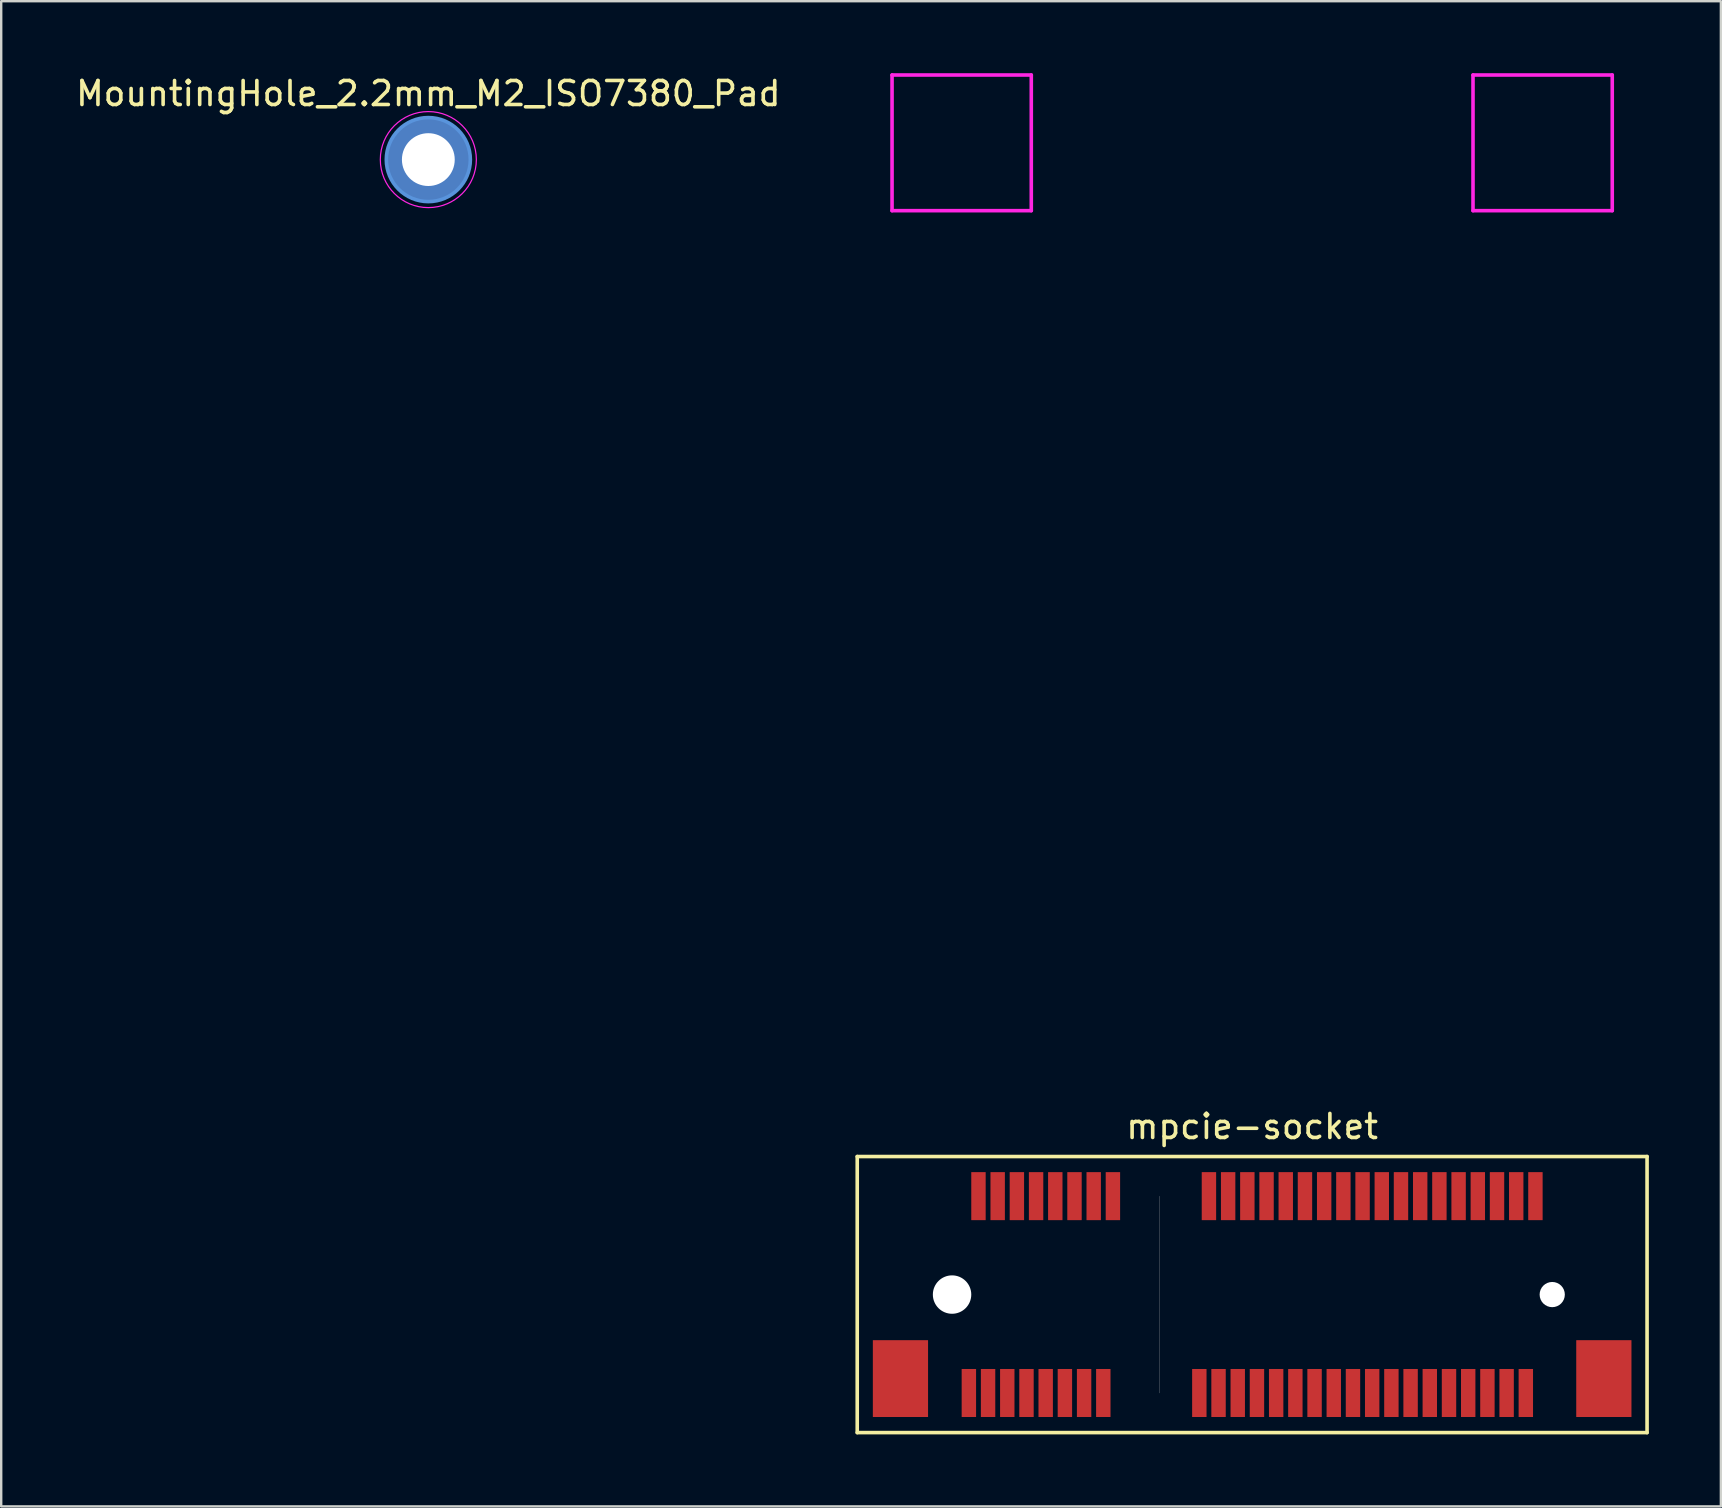
<source format=kicad_pcb>
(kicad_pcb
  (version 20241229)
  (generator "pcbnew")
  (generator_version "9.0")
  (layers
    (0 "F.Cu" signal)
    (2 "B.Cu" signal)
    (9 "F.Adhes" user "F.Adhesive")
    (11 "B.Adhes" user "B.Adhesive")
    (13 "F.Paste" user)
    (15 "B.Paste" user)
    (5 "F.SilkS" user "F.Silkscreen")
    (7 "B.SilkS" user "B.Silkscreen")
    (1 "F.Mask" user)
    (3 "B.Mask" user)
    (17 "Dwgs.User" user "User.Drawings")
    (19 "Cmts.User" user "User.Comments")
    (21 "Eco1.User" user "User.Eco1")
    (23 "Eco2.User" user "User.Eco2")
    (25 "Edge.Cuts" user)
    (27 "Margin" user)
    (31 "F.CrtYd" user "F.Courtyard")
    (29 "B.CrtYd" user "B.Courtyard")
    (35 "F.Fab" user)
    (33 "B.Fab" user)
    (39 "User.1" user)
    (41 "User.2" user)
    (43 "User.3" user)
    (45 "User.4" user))
  (footprint "mpcie-socket"
    (layer "F.Cu")
    (at 36.608 50.875)
    (property "Reference" "mpcie-socket" (at 12.5 -7 0) (layer "F.SilkS") (effects (font (size 1 1) (thickness 0.15))))
    (attr smd)
    (fp_line (start -3.95 -5.75) (end -3.95 5.75) (stroke (width 0.15) (type solid)) (layer "F.SilkS"))
    (fp_line (start -3.95 5.75) (end 28.95 5.75) (stroke (width 0.15) (type solid)) (layer "F.SilkS"))
    (fp_line (start 28.95 -5.75) (end -3.95 -5.75) (stroke (width 0.15) (type solid)) (layer "F.SilkS"))
    (fp_line (start 28.95 5.75) (end 28.95 -5.75) (stroke (width 0.15) (type solid)) (layer "F.SilkS"))
    (fp_line (start 8.65 4.1) (end 8.65 -4.1) (stroke (width 0.01) (type solid)) (layer "Dwgs.User"))
    (fp_line (start -2.5 -50.8) (end -2.5 -45.15) (stroke (width 0.15) (type solid)) (layer "F.CrtYd"))
    (fp_line (start -2.5 -50.8) (end 3.3 -50.8) (stroke (width 0.15) (type solid)) (layer "F.CrtYd"))
    (fp_line (start -2.5 -45.15) (end 3.3 -45.15) (stroke (width 0.15) (type solid)) (layer "F.CrtYd"))
    (fp_line (start 3.3 -50.8) (end 3.3 -45.15) (stroke (width 0.15) (type solid)) (layer "F.CrtYd"))
    (fp_line (start 21.7 -50.8) (end 21.7 -45.15) (stroke (width 0.15) (type solid)) (layer "F.CrtYd"))
    (fp_line (start 21.7 -50.8) (end 27.5 -50.8) (stroke (width 0.15) (type solid)) (layer "F.CrtYd"))
    (fp_line (start 21.7 -45.15) (end 27.5 -45.15) (stroke (width 0.15) (type solid)) (layer "F.CrtYd"))
    (fp_line (start 27.5 -50.8) (end 27.5 -45.15) (stroke (width 0.15) (type solid)) (layer "F.CrtYd"))
    (pad "" smd rect (at -2.15 3.5) (size 2.3 3.2) (layers "F.Cu" "F.Mask" "F.Paste"))
    (pad "" np_thru_hole circle (at 0 0) (size 1.6 1.6) (drill 1.6) (layers "*.Cu" "*.Mask"))
    (pad "" np_thru_hole circle (at 25 0) (size 1.05 1.05) (drill 1.05) (layers "*.Cu" "*.Mask"))
    (pad "" smd rect (at 27.15 3.5) (size 2.3 3.2) (layers "F.Cu" "F.Mask" "F.Paste"))
    (pad "1" smd rect (at 0.7 4.1) (size 0.6 2) (layers "F.Cu" "F.Mask" "F.Paste"))
    (pad "2" smd rect (at 1.1 -4.1) (size 0.6 2) (layers "F.Cu" "F.Mask" "F.Paste"))
    (pad "3" smd rect (at 1.5 4.1) (size 0.6 2) (layers "F.Cu" "F.Mask" "F.Paste"))
    (pad "4" smd rect (at 1.9 -4.1) (size 0.6 2) (layers "F.Cu" "F.Mask" "F.Paste"))
    (pad "5" smd rect (at 2.3 4.1) (size 0.6 2) (layers "F.Cu" "F.Mask" "F.Paste"))
    (pad "6" smd rect (at 2.7 -4.1) (size 0.6 2) (layers "F.Cu" "F.Mask" "F.Paste"))
    (pad "7" smd rect (at 3.1 4.1) (size 0.6 2) (layers "F.Cu" "F.Mask" "F.Paste"))
    (pad "8" smd rect (at 3.5 -4.1) (size 0.6 2) (layers "F.Cu" "F.Mask" "F.Paste"))
    (pad "9" smd rect (at 3.9 4.1) (size 0.6 2) (layers "F.Cu" "F.Mask" "F.Paste"))
    (pad "10" smd rect (at 4.3 -4.1) (size 0.6 2) (layers "F.Cu" "F.Mask" "F.Paste"))
    (pad "11" smd rect (at 4.7 4.1) (size 0.6 2) (layers "F.Cu" "F.Mask" "F.Paste"))
    (pad "12" smd rect (at 5.1 -4.1) (size 0.6 2) (layers "F.Cu" "F.Mask" "F.Paste"))
    (pad "13" smd rect (at 5.5 4.1) (size 0.6 2) (layers "F.Cu" "F.Mask" "F.Paste"))
    (pad "14" smd rect (at 5.9 -4.1) (size 0.6 2) (layers "F.Cu" "F.Mask" "F.Paste"))
    (pad "15" smd rect (at 6.3 4.1) (size 0.6 2) (layers "F.Cu" "F.Mask" "F.Paste"))
    (pad "16" smd rect (at 6.7 -4.1) (size 0.6 2) (layers "F.Cu" "F.Mask" "F.Paste"))
    (pad "17" smd rect (at 10.3 4.1) (size 0.6 2) (layers "F.Cu" "F.Mask" "F.Paste"))
    (pad "18" smd rect (at 10.7 -4.1) (size 0.6 2) (layers "F.Cu" "F.Mask" "F.Paste"))
    (pad "19" smd rect (at 11.1 4.1) (size 0.6 2) (layers "F.Cu" "F.Mask" "F.Paste"))
    (pad "20" smd rect (at 11.5 -4.1) (size 0.6 2) (layers "F.Cu" "F.Mask" "F.Paste"))
    (pad "21" smd rect (at 11.9 4.1) (size 0.6 2) (layers "F.Cu" "F.Mask" "F.Paste"))
    (pad "22" smd rect (at 12.3 -4.1) (size 0.6 2) (layers "F.Cu" "F.Mask" "F.Paste"))
    (pad "23" smd rect (at 12.7 4.1) (size 0.6 2) (layers "F.Cu" "F.Mask" "F.Paste"))
    (pad "24" smd rect (at 13.1 -4.1) (size 0.6 2) (layers "F.Cu" "F.Mask" "F.Paste"))
    (pad "25" smd rect (at 13.5 4.1) (size 0.6 2) (layers "F.Cu" "F.Mask" "F.Paste"))
    (pad "26" smd rect (at 13.9 -4.1) (size 0.6 2) (layers "F.Cu" "F.Mask" "F.Paste"))
    (pad "27" smd rect (at 14.3 4.1) (size 0.6 2) (layers "F.Cu" "F.Mask" "F.Paste"))
    (pad "28" smd rect (at 14.7 -4.1) (size 0.6 2) (layers "F.Cu" "F.Mask" "F.Paste"))
    (pad "29" smd rect (at 15.1 4.1) (size 0.6 2) (layers "F.Cu" "F.Mask" "F.Paste"))
    (pad "30" smd rect (at 15.5 -4.1) (size 0.6 2) (layers "F.Cu" "F.Mask" "F.Paste"))
    (pad "31" smd rect (at 15.9 4.1) (size 0.6 2) (layers "F.Cu" "F.Mask" "F.Paste"))
    (pad "32" smd rect (at 16.3 -4.1) (size 0.6 2) (layers "F.Cu" "F.Mask" "F.Paste"))
    (pad "33" smd rect (at 16.7 4.1) (size 0.6 2) (layers "F.Cu" "F.Mask" "F.Paste"))
    (pad "34" smd rect (at 17.1 -4.1) (size 0.6 2) (layers "F.Cu" "F.Mask" "F.Paste"))
    (pad "35" smd rect (at 17.5 4.1) (size 0.6 2) (layers "F.Cu" "F.Mask" "F.Paste"))
    (pad "36" smd rect (at 17.9 -4.1) (size 0.6 2) (layers "F.Cu" "F.Mask" "F.Paste"))
    (pad "37" smd rect (at 18.3 4.1) (size 0.6 2) (layers "F.Cu" "F.Mask" "F.Paste"))
    (pad "38" smd rect (at 18.7 -4.1) (size 0.6 2) (layers "F.Cu" "F.Mask" "F.Paste"))
    (pad "39" smd rect (at 19.1 4.1) (size 0.6 2) (layers "F.Cu" "F.Mask" "F.Paste"))
    (pad "40" smd rect (at 19.5 -4.1) (size 0.6 2) (layers "F.Cu" "F.Mask" "F.Paste"))
    (pad "41" smd rect (at 19.9 4.1) (size 0.6 2) (layers "F.Cu" "F.Mask" "F.Paste"))
    (pad "42" smd rect (at 20.3 -4.1) (size 0.6 2) (layers "F.Cu" "F.Mask" "F.Paste"))
    (pad "43" smd rect (at 20.7 4.1) (size 0.6 2) (layers "F.Cu" "F.Mask" "F.Paste"))
    (pad "44" smd rect (at 21.1 -4.1) (size 0.6 2) (layers "F.Cu" "F.Mask" "F.Paste"))
    (pad "45" smd rect (at 21.5 4.1) (size 0.6 2) (layers "F.Cu" "F.Mask" "F.Paste"))
    (pad "46" smd rect (at 21.9 -4.1) (size 0.6 2) (layers "F.Cu" "F.Mask" "F.Paste"))
    (pad "47" smd rect (at 22.3 4.1) (size 0.6 2) (layers "F.Cu" "F.Mask" "F.Paste"))
    (pad "48" smd rect (at 22.7 -4.1) (size 0.6 2) (layers "F.Cu" "F.Mask" "F.Paste"))
    (pad "49" smd rect (at 23.1 4.1) (size 0.6 2) (layers "F.Cu" "F.Mask" "F.Paste"))
    (pad "50" smd rect (at 23.5 -4.1) (size 0.6 2) (layers "F.Cu" "F.Mask" "F.Paste"))
    (pad "51" smd rect (at 23.9 4.1) (size 0.6 2) (layers "F.Cu" "F.Mask" "F.Paste"))
    (pad "52" smd rect (at 24.3 -4.1) (size 0.6 2) (layers "F.Cu" "F.Mask" "F.Paste")))
  (footprint "MountingHole_2.2mm_M2_ISO7380_Pad"
    (layer "F.Cu")
    (at 14.792 3.598)
    (property "Reference" "MountingHole_2.2mm_M2_ISO7380_Pad" (at 0 -2.75 0) (layer "F.SilkS") (effects (font (size 1 1) (thickness 0.15))))
    (attr through_hole)
    (fp_circle (center 0 0) (end 1.75 0) (stroke (width 0.15) (type solid)) (fill no) (layer "Cmts.User"))
    (fp_circle (center 0 0) (end 2 0) (stroke (width 0.05) (type solid)) (fill no) (layer "F.CrtYd"))
    (pad "1" thru_hole circle (at 0 0) (size 3.5 3.5) (drill 2.2) (layers "*.Cu" "*.Mask")))
  (gr_rect
    (start -3 -3)
    (end 68.633 59.7)
    (stroke (width 0.1) (type default))
    (fill no)
    (layer "Edge.Cuts")))
</source>
